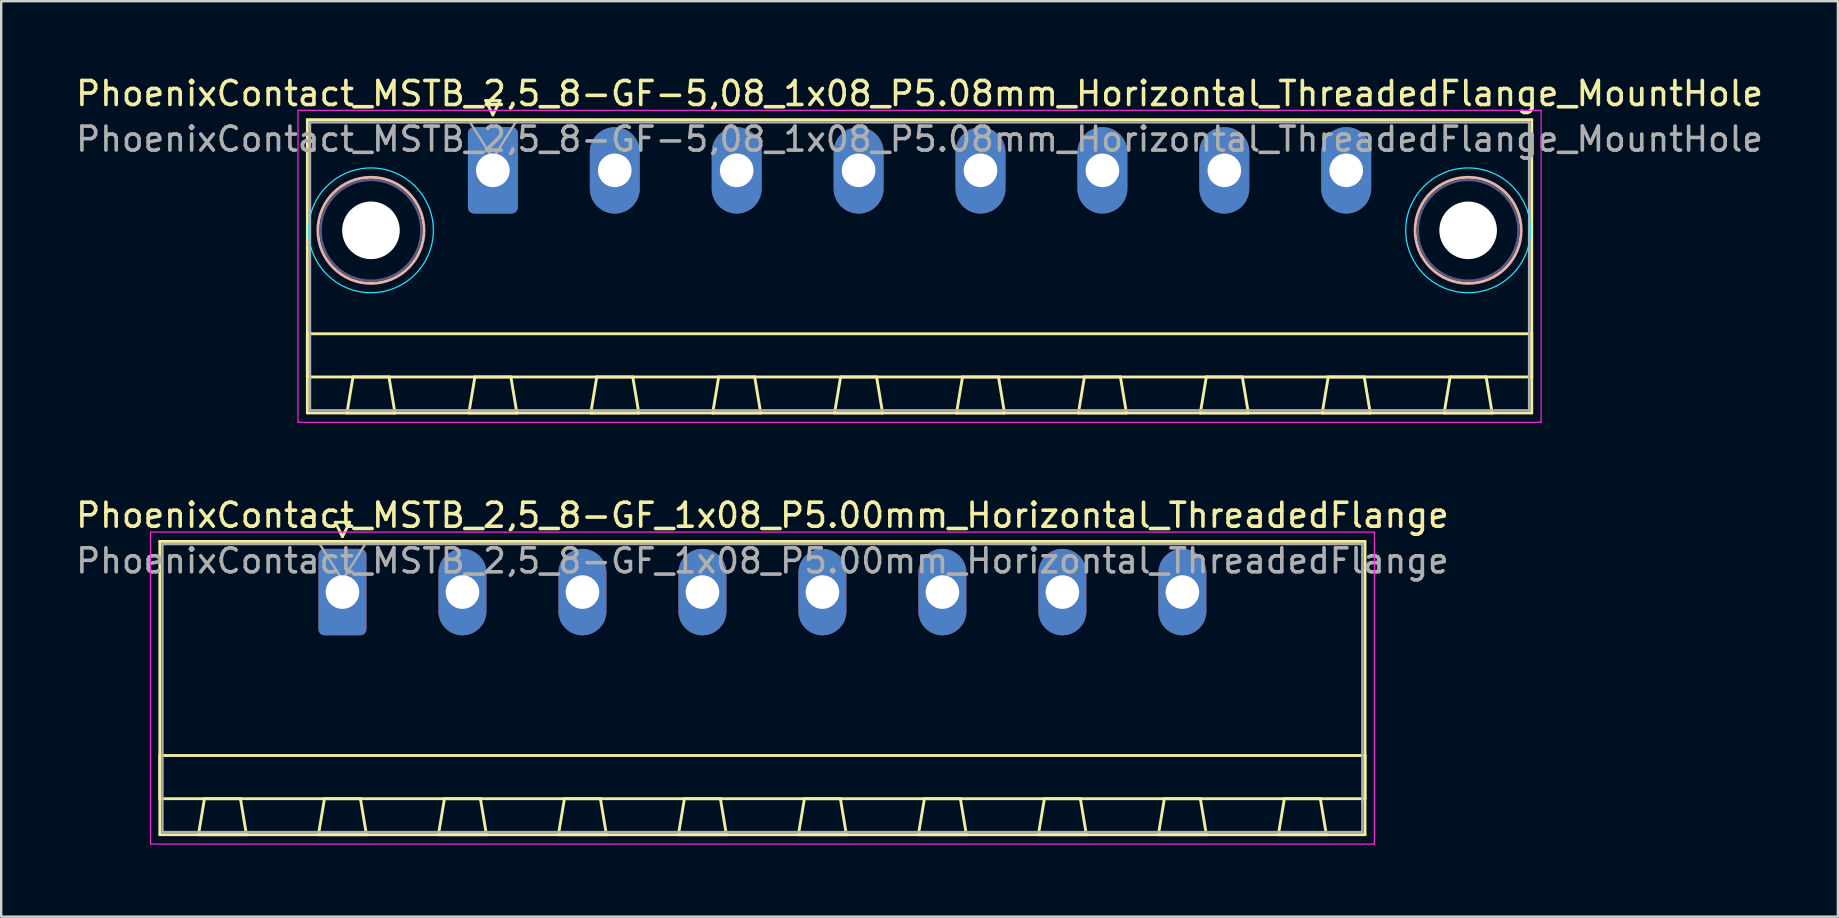
<source format=kicad_pcb>
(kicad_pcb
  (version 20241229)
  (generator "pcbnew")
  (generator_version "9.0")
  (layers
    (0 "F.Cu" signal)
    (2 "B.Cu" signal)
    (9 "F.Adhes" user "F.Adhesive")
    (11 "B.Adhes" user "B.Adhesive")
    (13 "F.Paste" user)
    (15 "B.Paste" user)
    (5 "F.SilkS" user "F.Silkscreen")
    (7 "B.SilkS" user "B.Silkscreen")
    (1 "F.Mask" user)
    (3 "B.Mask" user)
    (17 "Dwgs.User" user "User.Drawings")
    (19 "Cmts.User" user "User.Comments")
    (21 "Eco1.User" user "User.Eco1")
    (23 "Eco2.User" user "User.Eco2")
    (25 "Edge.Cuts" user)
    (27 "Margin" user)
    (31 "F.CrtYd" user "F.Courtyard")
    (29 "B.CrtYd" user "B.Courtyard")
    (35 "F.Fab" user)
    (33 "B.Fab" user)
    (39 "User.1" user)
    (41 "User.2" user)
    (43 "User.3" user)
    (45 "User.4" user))
  (footprint "PhoenixContact_MSTB_2,5_8-GF-5,08_1x08_P5.08mm_Horizontal_ThreadedFlange_MountHole"
    (layer "F.Cu")
    (at 17.488 4.048)
    (property "Reference" "PhoenixContact_MSTB_2,5_8-GF-5,08_1x08_P5.08mm_Horizontal_ThreadedFlange_MountHole" (at 17.78 -3.2 0) (layer "F.SilkS") (effects (font (size 1 1) (thickness 0.15))))
    (attr through_hole)
    (fp_line (start -7.73 -2.11) (end -7.73 10.11) (stroke (width 0.12) (type solid)) (layer "F.SilkS"))
    (fp_line (start -7.73 6.81) (end 43.29 6.81) (stroke (width 0.12) (type solid)) (layer "F.SilkS"))
    (fp_line (start -7.73 8.61) (end -7.73 6.81) (stroke (width 0.12) (type solid)) (layer "F.SilkS"))
    (fp_line (start -7.73 10.11) (end 43.29 10.11) (stroke (width 0.12) (type solid)) (layer "F.SilkS"))
    (fp_line (start -6.08 10.11) (end -4.08 10.11) (stroke (width 0.12) (type solid)) (layer "F.SilkS"))
    (fp_line (start -5.83 8.61) (end -6.08 10.11) (stroke (width 0.12) (type solid)) (layer "F.SilkS"))
    (fp_line (start -4.33 8.61) (end -5.83 8.61) (stroke (width 0.12) (type solid)) (layer "F.SilkS"))
    (fp_line (start -4.08 10.11) (end -4.33 8.61) (stroke (width 0.12) (type solid)) (layer "F.SilkS"))
    (fp_line (start -1 10.11) (end 1 10.11) (stroke (width 0.12) (type solid)) (layer "F.SilkS"))
    (fp_line (start -0.75 8.61) (end -1 10.11) (stroke (width 0.12) (type solid)) (layer "F.SilkS"))
    (fp_line (start -0.3 -2.91) (end 0.3 -2.91) (stroke (width 0.12) (type solid)) (layer "F.SilkS"))
    (fp_line (start 0 -2.31) (end -0.3 -2.91) (stroke (width 0.12) (type solid)) (layer "F.SilkS"))
    (fp_line (start 0.3 -2.91) (end 0 -2.31) (stroke (width 0.12) (type solid)) (layer "F.SilkS"))
    (fp_line (start 0.75 8.61) (end -0.75 8.61) (stroke (width 0.12) (type solid)) (layer "F.SilkS"))
    (fp_line (start 1 10.11) (end 0.75 8.61) (stroke (width 0.12) (type solid)) (layer "F.SilkS"))
    (fp_line (start 4.08 10.11) (end 6.08 10.11) (stroke (width 0.12) (type solid)) (layer "F.SilkS"))
    (fp_line (start 4.33 8.61) (end 4.08 10.11) (stroke (width 0.12) (type solid)) (layer "F.SilkS"))
    (fp_line (start 5.83 8.61) (end 4.33 8.61) (stroke (width 0.12) (type solid)) (layer "F.SilkS"))
    (fp_line (start 6.08 10.11) (end 5.83 8.61) (stroke (width 0.12) (type solid)) (layer "F.SilkS"))
    (fp_line (start 9.16 10.11) (end 11.16 10.11) (stroke (width 0.12) (type solid)) (layer "F.SilkS"))
    (fp_line (start 9.41 8.61) (end 9.16 10.11) (stroke (width 0.12) (type solid)) (layer "F.SilkS"))
    (fp_line (start 10.91 8.61) (end 9.41 8.61) (stroke (width 0.12) (type solid)) (layer "F.SilkS"))
    (fp_line (start 11.16 10.11) (end 10.91 8.61) (stroke (width 0.12) (type solid)) (layer "F.SilkS"))
    (fp_line (start 14.24 10.11) (end 16.24 10.11) (stroke (width 0.12) (type solid)) (layer "F.SilkS"))
    (fp_line (start 14.49 8.61) (end 14.24 10.11) (stroke (width 0.12) (type solid)) (layer "F.SilkS"))
    (fp_line (start 15.99 8.61) (end 14.49 8.61) (stroke (width 0.12) (type solid)) (layer "F.SilkS"))
    (fp_line (start 16.24 10.11) (end 15.99 8.61) (stroke (width 0.12) (type solid)) (layer "F.SilkS"))
    (fp_line (start 19.32 10.11) (end 21.32 10.11) (stroke (width 0.12) (type solid)) (layer "F.SilkS"))
    (fp_line (start 19.57 8.61) (end 19.32 10.11) (stroke (width 0.12) (type solid)) (layer "F.SilkS"))
    (fp_line (start 21.07 8.61) (end 19.57 8.61) (stroke (width 0.12) (type solid)) (layer "F.SilkS"))
    (fp_line (start 21.32 10.11) (end 21.07 8.61) (stroke (width 0.12) (type solid)) (layer "F.SilkS"))
    (fp_line (start 24.4 10.11) (end 26.4 10.11) (stroke (width 0.12) (type solid)) (layer "F.SilkS"))
    (fp_line (start 24.65 8.61) (end 24.4 10.11) (stroke (width 0.12) (type solid)) (layer "F.SilkS"))
    (fp_line (start 26.15 8.61) (end 24.65 8.61) (stroke (width 0.12) (type solid)) (layer "F.SilkS"))
    (fp_line (start 26.4 10.11) (end 26.15 8.61) (stroke (width 0.12) (type solid)) (layer "F.SilkS"))
    (fp_line (start 29.48 10.11) (end 31.48 10.11) (stroke (width 0.12) (type solid)) (layer "F.SilkS"))
    (fp_line (start 29.73 8.61) (end 29.48 10.11) (stroke (width 0.12) (type solid)) (layer "F.SilkS"))
    (fp_line (start 31.23 8.61) (end 29.73 8.61) (stroke (width 0.12) (type solid)) (layer "F.SilkS"))
    (fp_line (start 31.48 10.11) (end 31.23 8.61) (stroke (width 0.12) (type solid)) (layer "F.SilkS"))
    (fp_line (start 34.56 10.11) (end 36.56 10.11) (stroke (width 0.12) (type solid)) (layer "F.SilkS"))
    (fp_line (start 34.81 8.61) (end 34.56 10.11) (stroke (width 0.12) (type solid)) (layer "F.SilkS"))
    (fp_line (start 36.31 8.61) (end 34.81 8.61) (stroke (width 0.12) (type solid)) (layer "F.SilkS"))
    (fp_line (start 36.56 10.11) (end 36.31 8.61) (stroke (width 0.12) (type solid)) (layer "F.SilkS"))
    (fp_line (start 39.64 10.11) (end 41.64 10.11) (stroke (width 0.12) (type solid)) (layer "F.SilkS"))
    (fp_line (start 39.89 8.61) (end 39.64 10.11) (stroke (width 0.12) (type solid)) (layer "F.SilkS"))
    (fp_line (start 41.39 8.61) (end 39.89 8.61) (stroke (width 0.12) (type solid)) (layer "F.SilkS"))
    (fp_line (start 41.64 10.11) (end 41.39 8.61) (stroke (width 0.12) (type solid)) (layer "F.SilkS"))
    (fp_line (start 43.29 -2.11) (end -7.73 -2.11) (stroke (width 0.12) (type solid)) (layer "F.SilkS"))
    (fp_line (start 43.29 6.81) (end 43.29 8.61) (stroke (width 0.12) (type solid)) (layer "F.SilkS"))
    (fp_line (start 43.29 8.61) (end -7.73 8.61) (stroke (width 0.12) (type solid)) (layer "F.SilkS"))
    (fp_line (start 43.29 10.11) (end 43.29 -2.11) (stroke (width 0.12) (type solid)) (layer "F.SilkS"))
    (fp_circle (center -5.08 2.5) (end -2.87 2.5) (stroke (width 0.12) (type solid)) (fill no) (layer "B.SilkS"))
    (fp_circle (center 40.64 2.5) (end 42.85 2.5) (stroke (width 0.12) (type solid)) (fill no) (layer "B.SilkS"))
    (fp_circle (center -5.08 2.5) (end -2.48 2.5) (stroke (width 0.05) (type solid)) (fill no) (layer "B.CrtYd"))
    (fp_circle (center 40.64 2.5) (end 43.24 2.5) (stroke (width 0.05) (type solid)) (fill no) (layer "B.CrtYd"))
    (fp_line (start -8.12 -2.5) (end -8.12 10.5) (stroke (width 0.05) (type solid)) (layer "F.CrtYd"))
    (fp_line (start -8.12 10.5) (end 43.68 10.5) (stroke (width 0.05) (type solid)) (layer "F.CrtYd"))
    (fp_line (start 43.68 -2.5) (end -8.12 -2.5) (stroke (width 0.05) (type solid)) (layer "F.CrtYd"))
    (fp_line (start 43.68 10.5) (end 43.68 -2.5) (stroke (width 0.05) (type solid)) (layer "F.CrtYd"))
    (fp_circle (center -5.08 2.5) (end -2.98 2.5) (stroke (width 0.1) (type solid)) (fill no) (layer "B.Fab"))
    (fp_circle (center 40.64 2.5) (end 42.74 2.5) (stroke (width 0.1) (type solid)) (fill no) (layer "B.Fab"))
    (fp_line (start -7.62 -2) (end -7.62 10) (stroke (width 0.1) (type solid)) (layer "F.Fab"))
    (fp_line (start -7.62 10) (end 43.18 10) (stroke (width 0.1) (type solid)) (layer "F.Fab"))
    (fp_line (start 0 -0.5) (end -0.95 -2) (stroke (width 0.1) (type solid)) (layer "F.Fab"))
    (fp_line (start 0.95 -2) (end 0 -0.5) (stroke (width 0.1) (type solid)) (layer "F.Fab"))
    (fp_line (start 43.18 -2) (end -7.62 -2) (stroke (width 0.1) (type solid)) (layer "F.Fab"))
    (fp_line (start 43.18 10) (end 43.18 -2) (stroke (width 0.1) (type solid)) (layer "F.Fab"))
    (fp_text user "${REFERENCE}" (at 17.78 -1.3 0) (layer "F.Fab") (effects (font (size 1 1) (thickness 0.15))))
    (pad "" np_thru_hole circle (at -5.08 2.5) (size 2.4 2.4) (drill 2.4) (layers "*.Cu" "*.Mask"))
    (pad "" np_thru_hole circle (at 40.64 2.5) (size 2.4 2.4) (drill 2.4) (layers "*.Cu" "*.Mask"))
    (pad "1" thru_hole roundrect (at 0 0) (size 2.08 3.6) (drill 1.4) (layers "*.Cu" "*.Mask") (roundrect_rratio 0.12))
    (pad "2" thru_hole oval (at 5.08 0) (size 2.08 3.6) (drill 1.4) (layers "*.Cu" "*.Mask"))
    (pad "3" thru_hole oval (at 10.16 0) (size 2.08 3.6) (drill 1.4) (layers "*.Cu" "*.Mask"))
    (pad "4" thru_hole oval (at 15.24 0) (size 2.08 3.6) (drill 1.4) (layers "*.Cu" "*.Mask"))
    (pad "5" thru_hole oval (at 20.32 0) (size 2.08 3.6) (drill 1.4) (layers "*.Cu" "*.Mask"))
    (pad "6" thru_hole oval (at 25.4 0) (size 2.08 3.6) (drill 1.4) (layers "*.Cu" "*.Mask"))
    (pad "7" thru_hole oval (at 30.48 0) (size 2.08 3.6) (drill 1.4) (layers "*.Cu" "*.Mask"))
    (pad "8" thru_hole oval (at 35.56 0) (size 2.08 3.6) (drill 1.4) (layers "*.Cu" "*.Mask")))
  (footprint "PhoenixContact_MSTB_2,5_8-GF_1x08_P5.00mm_Horizontal_ThreadedFlange"
    (layer "F.Cu")
    (at 11.22 21.622)
    (property "Reference" "PhoenixContact_MSTB_2,5_8-GF_1x08_P5.00mm_Horizontal_ThreadedFlange" (at 17.5 -3.2 0) (layer "F.SilkS") (effects (font (size 1 1) (thickness 0.15))))
    (attr through_hole)
    (fp_line (start -7.61 -2.11) (end -7.61 10.11) (stroke (width 0.12) (type solid)) (layer "F.SilkS"))
    (fp_line (start -7.61 6.81) (end 42.61 6.81) (stroke (width 0.12) (type solid)) (layer "F.SilkS"))
    (fp_line (start -7.61 8.61) (end -7.61 6.81) (stroke (width 0.12) (type solid)) (layer "F.SilkS"))
    (fp_line (start -7.61 10.11) (end 42.61 10.11) (stroke (width 0.12) (type solid)) (layer "F.SilkS"))
    (fp_line (start -6 10.11) (end -4 10.11) (stroke (width 0.12) (type solid)) (layer "F.SilkS"))
    (fp_line (start -5.75 8.61) (end -6 10.11) (stroke (width 0.12) (type solid)) (layer "F.SilkS"))
    (fp_line (start -4.25 8.61) (end -5.75 8.61) (stroke (width 0.12) (type solid)) (layer "F.SilkS"))
    (fp_line (start -4 10.11) (end -4.25 8.61) (stroke (width 0.12) (type solid)) (layer "F.SilkS"))
    (fp_line (start -1 10.11) (end 1 10.11) (stroke (width 0.12) (type solid)) (layer "F.SilkS"))
    (fp_line (start -0.75 8.61) (end -1 10.11) (stroke (width 0.12) (type solid)) (layer "F.SilkS"))
    (fp_line (start -0.3 -2.91) (end 0.3 -2.91) (stroke (width 0.12) (type solid)) (layer "F.SilkS"))
    (fp_line (start 0 -2.31) (end -0.3 -2.91) (stroke (width 0.12) (type solid)) (layer "F.SilkS"))
    (fp_line (start 0.3 -2.91) (end 0 -2.31) (stroke (width 0.12) (type solid)) (layer "F.SilkS"))
    (fp_line (start 0.75 8.61) (end -0.75 8.61) (stroke (width 0.12) (type solid)) (layer "F.SilkS"))
    (fp_line (start 1 10.11) (end 0.75 8.61) (stroke (width 0.12) (type solid)) (layer "F.SilkS"))
    (fp_line (start 4 10.11) (end 6 10.11) (stroke (width 0.12) (type solid)) (layer "F.SilkS"))
    (fp_line (start 4.25 8.61) (end 4 10.11) (stroke (width 0.12) (type solid)) (layer "F.SilkS"))
    (fp_line (start 5.75 8.61) (end 4.25 8.61) (stroke (width 0.12) (type solid)) (layer "F.SilkS"))
    (fp_line (start 6 10.11) (end 5.75 8.61) (stroke (width 0.12) (type solid)) (layer "F.SilkS"))
    (fp_line (start 9 10.11) (end 11 10.11) (stroke (width 0.12) (type solid)) (layer "F.SilkS"))
    (fp_line (start 9.25 8.61) (end 9 10.11) (stroke (width 0.12) (type solid)) (layer "F.SilkS"))
    (fp_line (start 10.75 8.61) (end 9.25 8.61) (stroke (width 0.12) (type solid)) (layer "F.SilkS"))
    (fp_line (start 11 10.11) (end 10.75 8.61) (stroke (width 0.12) (type solid)) (layer "F.SilkS"))
    (fp_line (start 14 10.11) (end 16 10.11) (stroke (width 0.12) (type solid)) (layer "F.SilkS"))
    (fp_line (start 14.25 8.61) (end 14 10.11) (stroke (width 0.12) (type solid)) (layer "F.SilkS"))
    (fp_line (start 15.75 8.61) (end 14.25 8.61) (stroke (width 0.12) (type solid)) (layer "F.SilkS"))
    (fp_line (start 16 10.11) (end 15.75 8.61) (stroke (width 0.12) (type solid)) (layer "F.SilkS"))
    (fp_line (start 19 10.11) (end 21 10.11) (stroke (width 0.12) (type solid)) (layer "F.SilkS"))
    (fp_line (start 19.25 8.61) (end 19 10.11) (stroke (width 0.12) (type solid)) (layer "F.SilkS"))
    (fp_line (start 20.75 8.61) (end 19.25 8.61) (stroke (width 0.12) (type solid)) (layer "F.SilkS"))
    (fp_line (start 21 10.11) (end 20.75 8.61) (stroke (width 0.12) (type solid)) (layer "F.SilkS"))
    (fp_line (start 24 10.11) (end 26 10.11) (stroke (width 0.12) (type solid)) (layer "F.SilkS"))
    (fp_line (start 24.25 8.61) (end 24 10.11) (stroke (width 0.12) (type solid)) (layer "F.SilkS"))
    (fp_line (start 25.75 8.61) (end 24.25 8.61) (stroke (width 0.12) (type solid)) (layer "F.SilkS"))
    (fp_line (start 26 10.11) (end 25.75 8.61) (stroke (width 0.12) (type solid)) (layer "F.SilkS"))
    (fp_line (start 29 10.11) (end 31 10.11) (stroke (width 0.12) (type solid)) (layer "F.SilkS"))
    (fp_line (start 29.25 8.61) (end 29 10.11) (stroke (width 0.12) (type solid)) (layer "F.SilkS"))
    (fp_line (start 30.75 8.61) (end 29.25 8.61) (stroke (width 0.12) (type solid)) (layer "F.SilkS"))
    (fp_line (start 31 10.11) (end 30.75 8.61) (stroke (width 0.12) (type solid)) (layer "F.SilkS"))
    (fp_line (start 34 10.11) (end 36 10.11) (stroke (width 0.12) (type solid)) (layer "F.SilkS"))
    (fp_line (start 34.25 8.61) (end 34 10.11) (stroke (width 0.12) (type solid)) (layer "F.SilkS"))
    (fp_line (start 35.75 8.61) (end 34.25 8.61) (stroke (width 0.12) (type solid)) (layer "F.SilkS"))
    (fp_line (start 36 10.11) (end 35.75 8.61) (stroke (width 0.12) (type solid)) (layer "F.SilkS"))
    (fp_line (start 39 10.11) (end 41 10.11) (stroke (width 0.12) (type solid)) (layer "F.SilkS"))
    (fp_line (start 39.25 8.61) (end 39 10.11) (stroke (width 0.12) (type solid)) (layer "F.SilkS"))
    (fp_line (start 40.75 8.61) (end 39.25 8.61) (stroke (width 0.12) (type solid)) (layer "F.SilkS"))
    (fp_line (start 41 10.11) (end 40.75 8.61) (stroke (width 0.12) (type solid)) (layer "F.SilkS"))
    (fp_line (start 42.61 -2.11) (end -7.61 -2.11) (stroke (width 0.12) (type solid)) (layer "F.SilkS"))
    (fp_line (start 42.61 6.81) (end 42.61 8.61) (stroke (width 0.12) (type solid)) (layer "F.SilkS"))
    (fp_line (start 42.61 8.61) (end -7.61 8.61) (stroke (width 0.12) (type solid)) (layer "F.SilkS"))
    (fp_line (start 42.61 10.11) (end 42.61 -2.11) (stroke (width 0.12) (type solid)) (layer "F.SilkS"))
    (fp_line (start -8 -2.5) (end -8 10.5) (stroke (width 0.05) (type solid)) (layer "F.CrtYd"))
    (fp_line (start -8 10.5) (end 43 10.5) (stroke (width 0.05) (type solid)) (layer "F.CrtYd"))
    (fp_line (start 43 -2.5) (end -8 -2.5) (stroke (width 0.05) (type solid)) (layer "F.CrtYd"))
    (fp_line (start 43 10.5) (end 43 -2.5) (stroke (width 0.05) (type solid)) (layer "F.CrtYd"))
    (fp_line (start -7.5 -2) (end -7.5 10) (stroke (width 0.1) (type solid)) (layer "F.Fab"))
    (fp_line (start -7.5 10) (end 42.5 10) (stroke (width 0.1) (type solid)) (layer "F.Fab"))
    (fp_line (start 0 -0.5) (end -0.95 -2) (stroke (width 0.1) (type solid)) (layer "F.Fab"))
    (fp_line (start 0.95 -2) (end 0 -0.5) (stroke (width 0.1) (type solid)) (layer "F.Fab"))
    (fp_line (start 42.5 -2) (end -7.5 -2) (stroke (width 0.1) (type solid)) (layer "F.Fab"))
    (fp_line (start 42.5 10) (end 42.5 -2) (stroke (width 0.1) (type solid)) (layer "F.Fab"))
    (fp_text user "${REFERENCE}" (at 17.5 -1.3 0) (layer "F.Fab") (effects (font (size 1 1) (thickness 0.15))))
    (pad "1" thru_hole roundrect (at 0 0) (size 2 3.6) (drill 1.4) (layers "*.Cu" "*.Mask") (roundrect_rratio 0.125))
    (pad "2" thru_hole oval (at 5 0) (size 2 3.6) (drill 1.4) (layers "*.Cu" "*.Mask"))
    (pad "3" thru_hole oval (at 10 0) (size 2 3.6) (drill 1.4) (layers "*.Cu" "*.Mask"))
    (pad "4" thru_hole oval (at 15 0) (size 2 3.6) (drill 1.4) (layers "*.Cu" "*.Mask"))
    (pad "5" thru_hole oval (at 20 0) (size 2 3.6) (drill 1.4) (layers "*.Cu" "*.Mask"))
    (pad "6" thru_hole oval (at 25 0) (size 2 3.6) (drill 1.4) (layers "*.Cu" "*.Mask"))
    (pad "7" thru_hole oval (at 30 0) (size 2 3.6) (drill 1.4) (layers "*.Cu" "*.Mask"))
    (pad "8" thru_hole oval (at 35 0) (size 2 3.6) (drill 1.4) (layers "*.Cu" "*.Mask")))
  (gr_rect
    (start -3 -3)
    (end 73.536 35.147)
    (stroke (width 0.1) (type default))
    (fill no)
    (layer "Edge.Cuts")))
</source>
